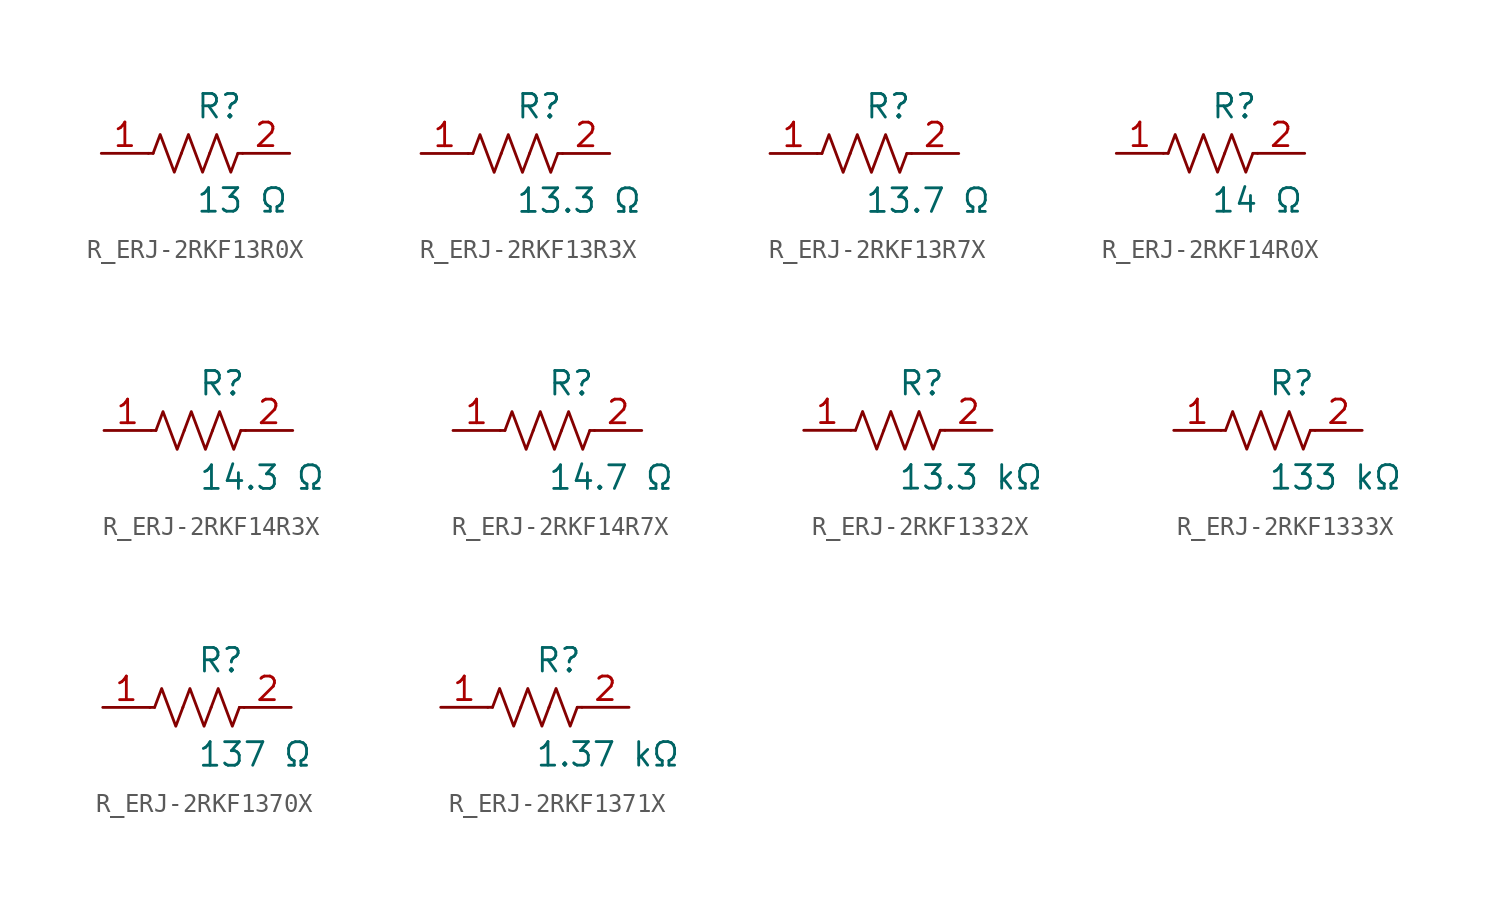
<source format=kicad_sym>
(kicad_symbol_lib
  (version 20231120)
  (generator kicad_symbol_editor)
  (generator_version 8.0)
  (symbol "R_ERJ-2RKF13R0X"
    (pin_names
      (offset 0.254))
    (property "Reference" "R"
      (at 0 2.54 0)
      (effects (font (size 1.27 1.27)) (justify left)))
    (property "Value" "13 Ω"
      (at 0 -2.54 0)
      (effects (font (size 1.27 1.27)) (justify left)))
    (symbol "R_ERJ-2RKF13R0X_0_1"
      (polyline (pts (xy 2.286 0) (xy 2.54 0)) (stroke (width 0) (type default)) (fill (type none)))
      (polyline (pts (xy -2.286 0) (xy -2.54 0)) (stroke (width 0) (type default)) (fill (type none)))
      (polyline (pts (xy 0.762 0) (xy 1.143 1.016) (xy 1.524 0) (xy 1.905 -1.016) (xy 2.286 0)) (stroke (width 0) (type default)) (fill (type none)))
      (polyline (pts (xy -0.762 0) (xy -0.381 1.016) (xy 0 0) (xy 0.381 -1.016) (xy 0.762 0)) (stroke (width 0) (type default)) (fill (type none)))
      (polyline (pts (xy -2.286 0) (xy -1.905 1.016) (xy -1.524 0) (xy -1.143 -1.016) (xy -0.762 0)) (stroke (width 0) (type default)) (fill (type none))))
    (pin unspecified line
      (at -5.08 0 0)
      (length 2.54)
      (name "" (effects (font (size 1.27 1.27))))
      (number "1" (effects (font (size 1.27 1.27)))))
    (pin unspecified line
      (at 5.08 0 180)
      (length 2.54)
      (name "" (effects (font (size 1.27 1.27))))
      (number "2" (effects (font (size 1.27 1.27))))))
  (symbol "R_ERJ-2RKF13R3X"
    (pin_names
      (offset 0.254))
    (property "Reference" "R"
      (at 0 2.54 0)
      (effects (font (size 1.27 1.27)) (justify left)))
    (property "Value" "13.3 Ω"
      (at 0 -2.54 0)
      (effects (font (size 1.27 1.27)) (justify left)))
    (symbol "R_ERJ-2RKF13R3X_0_1"
      (polyline (pts (xy 2.286 0) (xy 2.54 0)) (stroke (width 0) (type default)) (fill (type none)))
      (polyline (pts (xy -2.286 0) (xy -2.54 0)) (stroke (width 0) (type default)) (fill (type none)))
      (polyline (pts (xy 0.762 0) (xy 1.143 1.016) (xy 1.524 0) (xy 1.905 -1.016) (xy 2.286 0)) (stroke (width 0) (type default)) (fill (type none)))
      (polyline (pts (xy -0.762 0) (xy -0.381 1.016) (xy 0 0) (xy 0.381 -1.016) (xy 0.762 0)) (stroke (width 0) (type default)) (fill (type none)))
      (polyline (pts (xy -2.286 0) (xy -1.905 1.016) (xy -1.524 0) (xy -1.143 -1.016) (xy -0.762 0)) (stroke (width 0) (type default)) (fill (type none))))
    (pin unspecified line
      (at -5.08 0 0)
      (length 2.54)
      (name "" (effects (font (size 1.27 1.27))))
      (number "1" (effects (font (size 1.27 1.27)))))
    (pin unspecified line
      (at 5.08 0 180)
      (length 2.54)
      (name "" (effects (font (size 1.27 1.27))))
      (number "2" (effects (font (size 1.27 1.27))))))
  (symbol "R_ERJ-2RKF13R7X"
    (pin_names
      (offset 0.254))
    (property "Reference" "R"
      (at 0 2.54 0)
      (effects (font (size 1.27 1.27)) (justify left)))
    (property "Value" "13.7 Ω"
      (at 0 -2.54 0)
      (effects (font (size 1.27 1.27)) (justify left)))
    (symbol "R_ERJ-2RKF13R7X_0_1"
      (polyline (pts (xy 2.286 0) (xy 2.54 0)) (stroke (width 0) (type default)) (fill (type none)))
      (polyline (pts (xy -2.286 0) (xy -2.54 0)) (stroke (width 0) (type default)) (fill (type none)))
      (polyline (pts (xy 0.762 0) (xy 1.143 1.016) (xy 1.524 0) (xy 1.905 -1.016) (xy 2.286 0)) (stroke (width 0) (type default)) (fill (type none)))
      (polyline (pts (xy -0.762 0) (xy -0.381 1.016) (xy 0 0) (xy 0.381 -1.016) (xy 0.762 0)) (stroke (width 0) (type default)) (fill (type none)))
      (polyline (pts (xy -2.286 0) (xy -1.905 1.016) (xy -1.524 0) (xy -1.143 -1.016) (xy -0.762 0)) (stroke (width 0) (type default)) (fill (type none))))
    (pin unspecified line
      (at -5.08 0 0)
      (length 2.54)
      (name "" (effects (font (size 1.27 1.27))))
      (number "1" (effects (font (size 1.27 1.27)))))
    (pin unspecified line
      (at 5.08 0 180)
      (length 2.54)
      (name "" (effects (font (size 1.27 1.27))))
      (number "2" (effects (font (size 1.27 1.27))))))
  (symbol "R_ERJ-2RKF14R0X"
    (pin_names
      (offset 0.254))
    (property "Reference" "R"
      (at 0 2.54 0)
      (effects (font (size 1.27 1.27)) (justify left)))
    (property "Value" "14 Ω"
      (at 0 -2.54 0)
      (effects (font (size 1.27 1.27)) (justify left)))
    (symbol "R_ERJ-2RKF14R0X_0_1"
      (polyline (pts (xy 2.286 0) (xy 2.54 0)) (stroke (width 0) (type default)) (fill (type none)))
      (polyline (pts (xy -2.286 0) (xy -2.54 0)) (stroke (width 0) (type default)) (fill (type none)))
      (polyline (pts (xy 0.762 0) (xy 1.143 1.016) (xy 1.524 0) (xy 1.905 -1.016) (xy 2.286 0)) (stroke (width 0) (type default)) (fill (type none)))
      (polyline (pts (xy -0.762 0) (xy -0.381 1.016) (xy 0 0) (xy 0.381 -1.016) (xy 0.762 0)) (stroke (width 0) (type default)) (fill (type none)))
      (polyline (pts (xy -2.286 0) (xy -1.905 1.016) (xy -1.524 0) (xy -1.143 -1.016) (xy -0.762 0)) (stroke (width 0) (type default)) (fill (type none))))
    (pin unspecified line
      (at -5.08 0 0)
      (length 2.54)
      (name "" (effects (font (size 1.27 1.27))))
      (number "1" (effects (font (size 1.27 1.27)))))
    (pin unspecified line
      (at 5.08 0 180)
      (length 2.54)
      (name "" (effects (font (size 1.27 1.27))))
      (number "2" (effects (font (size 1.27 1.27))))))
  (symbol "R_ERJ-2RKF14R3X"
    (pin_names
      (offset 0.254))
    (property "Reference" "R"
      (at 0 2.54 0)
      (effects (font (size 1.27 1.27)) (justify left)))
    (property "Value" "14.3 Ω"
      (at 0 -2.54 0)
      (effects (font (size 1.27 1.27)) (justify left)))
    (symbol "R_ERJ-2RKF14R3X_0_1"
      (polyline (pts (xy 2.286 0) (xy 2.54 0)) (stroke (width 0) (type default)) (fill (type none)))
      (polyline (pts (xy -2.286 0) (xy -2.54 0)) (stroke (width 0) (type default)) (fill (type none)))
      (polyline (pts (xy 0.762 0) (xy 1.143 1.016) (xy 1.524 0) (xy 1.905 -1.016) (xy 2.286 0)) (stroke (width 0) (type default)) (fill (type none)))
      (polyline (pts (xy -0.762 0) (xy -0.381 1.016) (xy 0 0) (xy 0.381 -1.016) (xy 0.762 0)) (stroke (width 0) (type default)) (fill (type none)))
      (polyline (pts (xy -2.286 0) (xy -1.905 1.016) (xy -1.524 0) (xy -1.143 -1.016) (xy -0.762 0)) (stroke (width 0) (type default)) (fill (type none))))
    (pin unspecified line
      (at -5.08 0 0)
      (length 2.54)
      (name "" (effects (font (size 1.27 1.27))))
      (number "1" (effects (font (size 1.27 1.27)))))
    (pin unspecified line
      (at 5.08 0 180)
      (length 2.54)
      (name "" (effects (font (size 1.27 1.27))))
      (number "2" (effects (font (size 1.27 1.27))))))
  (symbol "R_ERJ-2RKF14R7X"
    (pin_names
      (offset 0.254))
    (property "Reference" "R"
      (at 0 2.54 0)
      (effects (font (size 1.27 1.27)) (justify left)))
    (property "Value" "14.7 Ω"
      (at 0 -2.54 0)
      (effects (font (size 1.27 1.27)) (justify left)))
    (symbol "R_ERJ-2RKF14R7X_0_1"
      (polyline (pts (xy 2.286 0) (xy 2.54 0)) (stroke (width 0) (type default)) (fill (type none)))
      (polyline (pts (xy -2.286 0) (xy -2.54 0)) (stroke (width 0) (type default)) (fill (type none)))
      (polyline (pts (xy 0.762 0) (xy 1.143 1.016) (xy 1.524 0) (xy 1.905 -1.016) (xy 2.286 0)) (stroke (width 0) (type default)) (fill (type none)))
      (polyline (pts (xy -0.762 0) (xy -0.381 1.016) (xy 0 0) (xy 0.381 -1.016) (xy 0.762 0)) (stroke (width 0) (type default)) (fill (type none)))
      (polyline (pts (xy -2.286 0) (xy -1.905 1.016) (xy -1.524 0) (xy -1.143 -1.016) (xy -0.762 0)) (stroke (width 0) (type default)) (fill (type none))))
    (pin unspecified line
      (at -5.08 0 0)
      (length 2.54)
      (name "" (effects (font (size 1.27 1.27))))
      (number "1" (effects (font (size 1.27 1.27)))))
    (pin unspecified line
      (at 5.08 0 180)
      (length 2.54)
      (name "" (effects (font (size 1.27 1.27))))
      (number "2" (effects (font (size 1.27 1.27))))))
  (symbol "R_ERJ-2RKF1332X"
    (pin_names
      (offset 0.254))
    (property "Reference" "R"
      (at 0 2.54 0)
      (effects (font (size 1.27 1.27)) (justify left)))
    (property "Value" "13.3 kΩ"
      (at 0 -2.54 0)
      (effects (font (size 1.27 1.27)) (justify left)))
    (symbol "R_ERJ-2RKF1332X_0_1"
      (polyline (pts (xy 2.286 0) (xy 2.54 0)) (stroke (width 0) (type default)) (fill (type none)))
      (polyline (pts (xy -2.286 0) (xy -2.54 0)) (stroke (width 0) (type default)) (fill (type none)))
      (polyline (pts (xy 0.762 0) (xy 1.143 1.016) (xy 1.524 0) (xy 1.905 -1.016) (xy 2.286 0)) (stroke (width 0) (type default)) (fill (type none)))
      (polyline (pts (xy -0.762 0) (xy -0.381 1.016) (xy 0 0) (xy 0.381 -1.016) (xy 0.762 0)) (stroke (width 0) (type default)) (fill (type none)))
      (polyline (pts (xy -2.286 0) (xy -1.905 1.016) (xy -1.524 0) (xy -1.143 -1.016) (xy -0.762 0)) (stroke (width 0) (type default)) (fill (type none))))
    (pin unspecified line
      (at -5.08 0 0)
      (length 2.54)
      (name "" (effects (font (size 1.27 1.27))))
      (number "1" (effects (font (size 1.27 1.27)))))
    (pin unspecified line
      (at 5.08 0 180)
      (length 2.54)
      (name "" (effects (font (size 1.27 1.27))))
      (number "2" (effects (font (size 1.27 1.27))))))
  (symbol "R_ERJ-2RKF1333X"
    (pin_names
      (offset 0.254))
    (property "Reference" "R"
      (at 0 2.54 0)
      (effects (font (size 1.27 1.27)) (justify left)))
    (property "Value" "133 kΩ"
      (at 0 -2.54 0)
      (effects (font (size 1.27 1.27)) (justify left)))
    (symbol "R_ERJ-2RKF1333X_0_1"
      (polyline (pts (xy 2.286 0) (xy 2.54 0)) (stroke (width 0) (type default)) (fill (type none)))
      (polyline (pts (xy -2.286 0) (xy -2.54 0)) (stroke (width 0) (type default)) (fill (type none)))
      (polyline (pts (xy 0.762 0) (xy 1.143 1.016) (xy 1.524 0) (xy 1.905 -1.016) (xy 2.286 0)) (stroke (width 0) (type default)) (fill (type none)))
      (polyline (pts (xy -0.762 0) (xy -0.381 1.016) (xy 0 0) (xy 0.381 -1.016) (xy 0.762 0)) (stroke (width 0) (type default)) (fill (type none)))
      (polyline (pts (xy -2.286 0) (xy -1.905 1.016) (xy -1.524 0) (xy -1.143 -1.016) (xy -0.762 0)) (stroke (width 0) (type default)) (fill (type none))))
    (pin unspecified line
      (at -5.08 0 0)
      (length 2.54)
      (name "" (effects (font (size 1.27 1.27))))
      (number "1" (effects (font (size 1.27 1.27)))))
    (pin unspecified line
      (at 5.08 0 180)
      (length 2.54)
      (name "" (effects (font (size 1.27 1.27))))
      (number "2" (effects (font (size 1.27 1.27))))))
  (symbol "R_ERJ-2RKF1370X"
    (pin_names
      (offset 0.254))
    (property "Reference" "R"
      (at 0 2.54 0)
      (effects (font (size 1.27 1.27)) (justify left)))
    (property "Value" "137 Ω"
      (at 0 -2.54 0)
      (effects (font (size 1.27 1.27)) (justify left)))
    (symbol "R_ERJ-2RKF1370X_0_1"
      (polyline (pts (xy 2.286 0) (xy 2.54 0)) (stroke (width 0) (type default)) (fill (type none)))
      (polyline (pts (xy -2.286 0) (xy -2.54 0)) (stroke (width 0) (type default)) (fill (type none)))
      (polyline (pts (xy 0.762 0) (xy 1.143 1.016) (xy 1.524 0) (xy 1.905 -1.016) (xy 2.286 0)) (stroke (width 0) (type default)) (fill (type none)))
      (polyline (pts (xy -0.762 0) (xy -0.381 1.016) (xy 0 0) (xy 0.381 -1.016) (xy 0.762 0)) (stroke (width 0) (type default)) (fill (type none)))
      (polyline (pts (xy -2.286 0) (xy -1.905 1.016) (xy -1.524 0) (xy -1.143 -1.016) (xy -0.762 0)) (stroke (width 0) (type default)) (fill (type none))))
    (pin unspecified line
      (at -5.08 0 0)
      (length 2.54)
      (name "" (effects (font (size 1.27 1.27))))
      (number "1" (effects (font (size 1.27 1.27)))))
    (pin unspecified line
      (at 5.08 0 180)
      (length 2.54)
      (name "" (effects (font (size 1.27 1.27))))
      (number "2" (effects (font (size 1.27 1.27))))))
  (symbol "R_ERJ-2RKF1371X"
    (pin_names
      (offset 0.254))
    (property "Reference" "R"
      (at 0 2.54 0)
      (effects (font (size 1.27 1.27)) (justify left)))
    (property "Value" "1.37 kΩ"
      (at 0 -2.54 0)
      (effects (font (size 1.27 1.27)) (justify left)))
    (symbol "R_ERJ-2RKF1371X_0_1"
      (polyline (pts (xy 2.286 0) (xy 2.54 0)) (stroke (width 0) (type default)) (fill (type none)))
      (polyline (pts (xy -2.286 0) (xy -2.54 0)) (stroke (width 0) (type default)) (fill (type none)))
      (polyline (pts (xy 0.762 0) (xy 1.143 1.016) (xy 1.524 0) (xy 1.905 -1.016) (xy 2.286 0)) (stroke (width 0) (type default)) (fill (type none)))
      (polyline (pts (xy -0.762 0) (xy -0.381 1.016) (xy 0 0) (xy 0.381 -1.016) (xy 0.762 0)) (stroke (width 0) (type default)) (fill (type none)))
      (polyline (pts (xy -2.286 0) (xy -1.905 1.016) (xy -1.524 0) (xy -1.143 -1.016) (xy -0.762 0)) (stroke (width 0) (type default)) (fill (type none))))
    (pin unspecified line
      (at -5.08 0 0)
      (length 2.54)
      (name "" (effects (font (size 1.27 1.27))))
      (number "1" (effects (font (size 1.27 1.27)))))
    (pin unspecified line
      (at 5.08 0 180)
      (length 2.54)
      (name "" (effects (font (size 1.27 1.27))))
      (number "2" (effects (font (size 1.27 1.27)))))))
</source>
